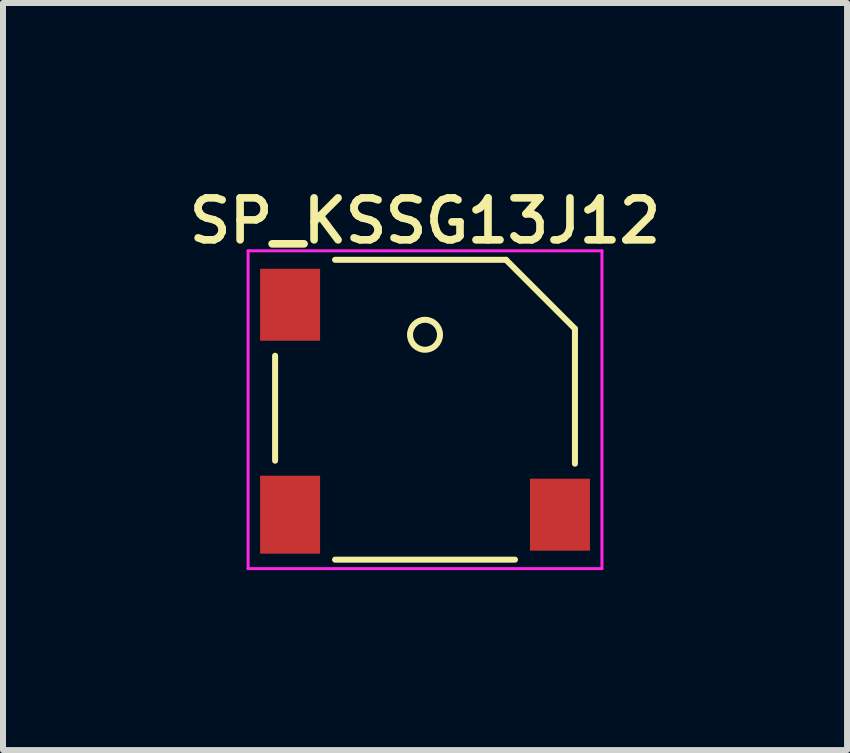
<source format=kicad_pcb>
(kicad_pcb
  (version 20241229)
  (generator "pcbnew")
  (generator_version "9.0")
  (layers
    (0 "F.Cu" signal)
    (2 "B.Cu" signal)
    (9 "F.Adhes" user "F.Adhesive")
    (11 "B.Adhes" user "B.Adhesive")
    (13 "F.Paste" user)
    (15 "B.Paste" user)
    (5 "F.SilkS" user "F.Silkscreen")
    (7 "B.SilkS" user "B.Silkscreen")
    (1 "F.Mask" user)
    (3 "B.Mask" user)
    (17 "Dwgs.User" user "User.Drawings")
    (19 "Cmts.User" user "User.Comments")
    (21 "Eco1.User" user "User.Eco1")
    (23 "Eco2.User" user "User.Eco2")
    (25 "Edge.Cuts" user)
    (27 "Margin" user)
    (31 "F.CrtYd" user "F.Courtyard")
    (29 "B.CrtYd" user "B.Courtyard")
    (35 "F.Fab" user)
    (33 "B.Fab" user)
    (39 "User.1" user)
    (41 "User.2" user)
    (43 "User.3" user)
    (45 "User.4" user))
  (footprint "SP_KSSG13J12"
    (layer "F.Cu")
    (at 4.037 3.782)
    (property "Reference" "SP_KSSG13J12" (at 0 -3.15 0) (layer "F.SilkS") (effects (font (size 0.7 0.7) (thickness 0.127))))
    (attr smd)
    (fp_line (start -2.5 -0.9) (end -2.5 0.85) (stroke (width 0.1) (type solid)) (layer "F.SilkS"))
    (fp_line (start -1.5 -2.5) (end 1.35 -2.5) (stroke (width 0.1) (type solid)) (layer "F.SilkS"))
    (fp_line (start -1.5 2.5) (end 1.5 2.5) (stroke (width 0.1) (type solid)) (layer "F.SilkS"))
    (fp_line (start 2.5 -1.35) (end 1.35 -2.5) (stroke (width 0.1) (type solid)) (layer "F.SilkS"))
    (fp_line (start 2.5 0.9) (end 2.5 -1.35) (stroke (width 0.1) (type solid)) (layer "F.SilkS"))
    (fp_circle (center 0 -1.25) (end 0 -1) (stroke (width 0.1) (type solid)) (fill no) (layer "F.SilkS"))
    (fp_line (start -2.95 -2.65) (end 2.95 -2.65) (stroke (width 0.05) (type solid)) (layer "F.CrtYd"))
    (fp_line (start -2.95 2.65) (end -2.95 -2.65) (stroke (width 0.05) (type solid)) (layer "F.CrtYd"))
    (fp_line (start 2.95 -2.65) (end 2.95 2.65) (stroke (width 0.05) (type solid)) (layer "F.CrtYd"))
    (fp_line (start 2.95 2.65) (end -2.95 2.65) (stroke (width 0.05) (type solid)) (layer "F.CrtYd"))
    (pad "1" smd rect (at -2.25 1.75) (size 1 1.3) (layers "F.Cu" "F.Mask" "F.Paste"))
    (pad "2" smd rect (at 2.25 1.75) (size 1 1.2) (layers "F.Cu" "F.Mask" "F.Paste"))
    (pad "3" smd rect (at -2.25 -1.75) (size 1 1.2) (layers "F.Cu" "F.Mask" "F.Paste")))
  (gr_rect
    (start -3 -3)
    (end 11.074 9.457)
    (stroke (width 0.1) (type default))
    (fill no)
    (layer "Edge.Cuts")))
</source>
